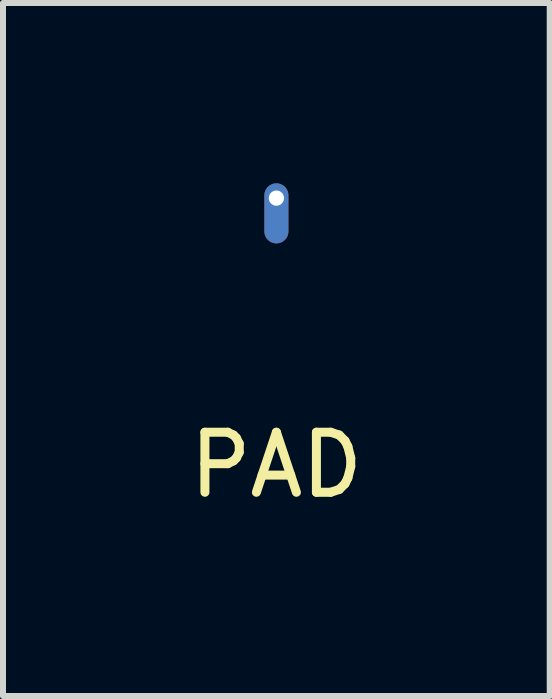
<source format=kicad_pcb>
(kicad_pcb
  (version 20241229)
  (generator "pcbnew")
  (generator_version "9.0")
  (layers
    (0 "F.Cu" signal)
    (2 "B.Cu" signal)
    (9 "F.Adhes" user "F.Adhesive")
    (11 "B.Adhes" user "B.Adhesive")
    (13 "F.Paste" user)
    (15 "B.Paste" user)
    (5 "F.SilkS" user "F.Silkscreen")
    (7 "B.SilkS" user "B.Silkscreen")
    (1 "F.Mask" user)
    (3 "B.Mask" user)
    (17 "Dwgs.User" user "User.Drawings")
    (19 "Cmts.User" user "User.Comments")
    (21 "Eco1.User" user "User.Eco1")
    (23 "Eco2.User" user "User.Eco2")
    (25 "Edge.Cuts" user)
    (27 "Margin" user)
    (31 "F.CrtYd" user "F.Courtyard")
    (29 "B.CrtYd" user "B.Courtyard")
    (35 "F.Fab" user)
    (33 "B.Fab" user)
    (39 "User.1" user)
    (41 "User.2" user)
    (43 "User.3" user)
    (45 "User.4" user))
  (footprint "PAD"
    (layer "F.Cu")
    (at 1.554 0.25)
    (property "Reference" "PAD" (at 0 4.445 0) (layer "F.SilkS") (effects (font (size 1 1) (thickness 0.15))))
    (attr through_hole)
    (pad "1" thru_hole oval (at 0 0) (size 0.4 1) (drill 0.254 (offset 0 0.254)) (layers "*.Cu" "*.Mask")))
  (gr_rect
    (start -3 -3)
    (end 6.107 8.543)
    (stroke (width 0.1) (type default))
    (fill no)
    (layer "Edge.Cuts")))
</source>
